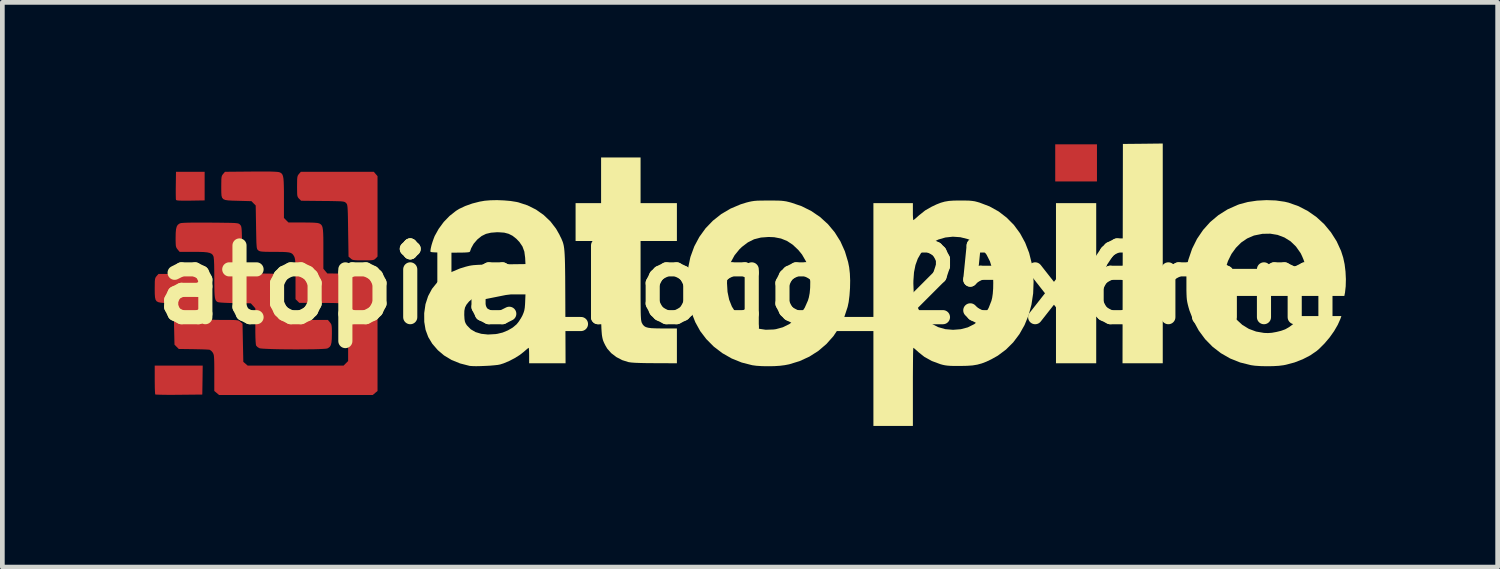
<source format=kicad_pcb>
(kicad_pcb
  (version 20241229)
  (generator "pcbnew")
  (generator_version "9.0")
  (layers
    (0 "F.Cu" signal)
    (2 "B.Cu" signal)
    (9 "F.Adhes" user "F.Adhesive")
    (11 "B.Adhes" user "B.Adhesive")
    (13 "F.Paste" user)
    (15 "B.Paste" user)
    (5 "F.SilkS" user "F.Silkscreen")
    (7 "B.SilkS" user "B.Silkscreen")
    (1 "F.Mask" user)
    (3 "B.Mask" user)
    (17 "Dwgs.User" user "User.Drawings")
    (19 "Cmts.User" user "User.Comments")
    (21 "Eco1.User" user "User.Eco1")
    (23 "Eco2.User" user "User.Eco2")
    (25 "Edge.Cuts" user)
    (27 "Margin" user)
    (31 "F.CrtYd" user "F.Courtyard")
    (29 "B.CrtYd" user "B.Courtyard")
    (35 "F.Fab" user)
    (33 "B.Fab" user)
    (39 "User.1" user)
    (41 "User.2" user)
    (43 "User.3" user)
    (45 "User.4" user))
  (footprint "atopile_Logo_25x6mm"
    (layer "F.Cu")
    (at 12.889 3.001)
    (property "Reference" "atopile_Logo_25x6mm" (at 0 0 0) (layer "F.SilkS") (effects (font (size 1.524 1.524) (thickness 0.3))))
    (attr board_only exclude_from_pos_files exclude_from_bom)
    (fp_poly (pts (xy 7.373 -2.589) (xy 7.373 -2.195) (xy 6.93 -2.195) (xy 6.486 -2.195) (xy 6.486 -2.589) (xy 6.486 -2.984) (xy 6.93 -2.984) (xy 7.373 -2.984)) (stroke (width 0) (type solid)) (fill yes) (layer "F.Cu"))
    (fp_poly (pts (xy -11.59 -2.096) (xy -11.59 -1.792) (xy -11.891 -1.787) (xy -12.002 -1.786) (xy -12.085 -1.787) (xy -12.142 -1.789) (xy -12.177 -1.793) (xy -12.196 -1.8) (xy -12.199 -1.805) (xy -12.202 -1.827) (xy -12.203 -1.877) (xy -12.204 -1.948) (xy -12.204 -2.035) (xy -12.203 -2.113) (xy -12.199 -2.4) (xy -11.894 -2.4) (xy -11.59 -2.4)) (stroke (width 0) (type solid)) (fill yes) (layer "F.Cu"))
    (fp_poly (pts (xy -11.635 2.026) (xy -11.64 2.334) (xy -12.134 2.339) (xy -12.258 2.34) (xy -12.372 2.34) (xy -12.471 2.339) (xy -12.55 2.337) (xy -12.607 2.335) (xy -12.636 2.333) (xy -12.639 2.332) (xy -12.643 2.313) (xy -12.646 2.266) (xy -12.649 2.197) (xy -12.65 2.112) (xy -12.651 2.019) (xy -12.651 1.718) (xy -12.141 1.718) (xy -11.631 1.718)) (stroke (width 0) (type solid)) (fill yes) (layer "F.Cu"))
    (fp_poly (pts (xy -7.956 -2.354) (xy -7.916 -2.308) (xy -7.916 -1.453) (xy -7.916 -0.599) (xy -7.956 -0.558) (xy -7.974 -0.542) (xy -7.993 -0.531) (xy -8.02 -0.524) (xy -8.061 -0.52) (xy -8.121 -0.518) (xy -8.208 -0.518) (xy -8.218 -0.518) (xy -8.308 -0.518) (xy -8.372 -0.52) (xy -8.415 -0.524) (xy -8.444 -0.53) (xy -8.466 -0.541) (xy -8.486 -0.558) (xy -8.486 -0.558) (xy -8.532 -0.597) (xy -8.541 -1.149) (xy -8.543 -1.298) (xy -8.545 -1.418) (xy -8.547 -1.512) (xy -8.55 -1.583) (xy -8.553 -1.636) (xy -8.557 -1.673) (xy -8.562 -1.699) (xy -8.568 -1.716) (xy -8.577 -1.728) (xy -8.586 -1.738) (xy -8.598 -1.749) (xy -8.612 -1.758) (xy -8.631 -1.764) (xy -8.659 -1.769) (xy -8.701 -1.773) (xy -8.76 -1.775) (xy -8.841 -1.777) (xy -8.946 -1.779) (xy -9.081 -1.78) (xy -9.082 -1.78) (xy -9.54 -1.785) (xy -9.583 -1.828) (xy -9.6 -1.846) (xy -9.612 -1.866) (xy -9.62 -1.892) (xy -9.624 -1.931) (xy -9.625 -1.99) (xy -9.626 -2.074) (xy -9.626 -2.089) (xy -9.625 -2.179) (xy -9.624 -2.241) (xy -9.62 -2.284) (xy -9.613 -2.313) (xy -9.601 -2.335) (xy -9.586 -2.354) (xy -9.546 -2.4) (xy -8.771 -2.4) (xy -7.995 -2.4)) (stroke (width 0) (type solid)) (fill yes) (layer "F.Cu"))
    (fp_poly (pts (xy -11.604 -1.321) (xy -11.471 -1.32) (xy -11.315 -1.319) (xy -11.19 -1.317) (xy -11.09 -1.316) (xy -11.013 -1.314) (xy -10.955 -1.312) (xy -10.914 -1.308) (xy -10.886 -1.304) (xy -10.866 -1.298) (xy -10.853 -1.291) (xy -10.843 -1.282) (xy -10.839 -1.278) (xy -10.828 -1.266) (xy -10.819 -1.252) (xy -10.812 -1.233) (xy -10.807 -1.204) (xy -10.803 -1.161) (xy -10.8 -1.101) (xy -10.798 -1.02) (xy -10.795 -0.914) (xy -10.793 -0.779) (xy -10.785 -0.318) (xy -10.739 -0.278) (xy -10.722 -0.264) (xy -10.704 -0.254) (xy -10.68 -0.247) (xy -10.646 -0.243) (xy -10.596 -0.24) (xy -10.526 -0.239) (xy -10.43 -0.238) (xy -10.375 -0.238) (xy -10.259 -0.237) (xy -10.158 -0.235) (xy -10.079 -0.23) (xy -10.025 -0.224) (xy -10.006 -0.22) (xy -9.976 -0.208) (xy -9.952 -0.191) (xy -9.935 -0.166) (xy -9.922 -0.128) (xy -9.914 -0.075) (xy -9.909 -0.001) (xy -9.906 0.096) (xy -9.905 0.221) (xy -9.905 0.263) (xy -9.904 0.398) (xy -9.902 0.508) (xy -9.898 0.591) (xy -9.893 0.646) (xy -9.887 0.668) (xy -9.871 0.692) (xy -9.849 0.71) (xy -9.816 0.724) (xy -9.769 0.734) (xy -9.704 0.741) (xy -9.618 0.745) (xy -9.506 0.747) (xy -9.365 0.748) (xy -9.365 0.748) (xy -8.971 0.748) (xy -8.928 0.799) (xy -8.91 0.822) (xy -8.898 0.845) (xy -8.891 0.876) (xy -8.887 0.92) (xy -8.886 0.986) (xy -8.886 1.046) (xy -8.888 1.151) (xy -8.895 1.229) (xy -8.909 1.284) (xy -8.931 1.32) (xy -8.963 1.344) (xy -8.986 1.355) (xy -9.019 1.36) (xy -9.079 1.364) (xy -9.163 1.368) (xy -9.266 1.371) (xy -9.384 1.372) (xy -9.513 1.373) (xy -9.648 1.374) (xy -9.785 1.373) (xy -9.919 1.372) (xy -10.047 1.37) (xy -10.163 1.367) (xy -10.263 1.363) (xy -10.344 1.359) (xy -10.4 1.354) (xy -10.426 1.349) (xy -10.467 1.324) (xy -10.495 1.294) (xy -10.496 1.293) (xy -10.502 1.264) (xy -10.507 1.204) (xy -10.511 1.116) (xy -10.513 1.002) (xy -10.513 0.881) (xy -10.513 0.502) (xy -10.561 0.448) (xy -10.609 0.395) (xy -10.944 0.39) (xy -11.061 0.388) (xy -11.16 0.384) (xy -11.239 0.379) (xy -11.292 0.373) (xy -11.313 0.368) (xy -11.334 0.355) (xy -11.35 0.337) (xy -11.363 0.31) (xy -11.372 0.272) (xy -11.378 0.217) (xy -11.382 0.142) (xy -11.384 0.043) (xy -11.385 -0.083) (xy -11.385 -0.148) (xy -11.386 -0.305) (xy -11.388 -0.43) (xy -11.392 -0.522) (xy -11.398 -0.582) (xy -11.404 -0.607) (xy -11.421 -0.637) (xy -11.447 -0.66) (xy -11.484 -0.676) (xy -11.538 -0.688) (xy -11.612 -0.695) (xy -11.711 -0.698) (xy -11.826 -0.699) (xy -12.122 -0.699) (xy -12.164 -0.749) (xy -12.182 -0.773) (xy -12.194 -0.796) (xy -12.202 -0.826) (xy -12.205 -0.871) (xy -12.207 -0.937) (xy -12.207 -0.997) (xy -12.205 -1.102) (xy -12.198 -1.179) (xy -12.184 -1.234) (xy -12.163 -1.271) (xy -12.131 -1.296) (xy -12.112 -1.305) (xy -12.087 -1.311) (xy -12.041 -1.315) (xy -11.972 -1.318) (xy -11.877 -1.32) (xy -11.755 -1.321)) (stroke (width 0) (type solid)) (fill yes) (layer "F.Cu"))
    (fp_poly (pts (xy -10.295 -2.406) (xy -10.186 -2.405) (xy -10.103 -2.402) (xy -10.045 -2.398) (xy -10.009 -2.393) (xy -10 -2.39) (xy -9.973 -2.378) (xy -9.952 -2.361) (xy -9.936 -2.338) (xy -9.924 -2.303) (xy -9.915 -2.254) (xy -9.91 -2.187) (xy -9.907 -2.098) (xy -9.905 -1.983) (xy -9.905 -1.849) (xy -9.905 -1.42) (xy -9.857 -1.371) (xy -9.809 -1.323) (xy -9.504 -1.323) (xy -9.371 -1.322) (xy -9.268 -1.319) (xy -9.197 -1.313) (xy -9.158 -1.304) (xy -9.157 -1.304) (xy -9.131 -1.29) (xy -9.111 -1.273) (xy -9.095 -1.249) (xy -9.084 -1.214) (xy -9.076 -1.164) (xy -9.071 -1.095) (xy -9.068 -1.004) (xy -9.067 -0.888) (xy -9.067 -0.767) (xy -9.067 -0.34) (xy -9.025 -0.29) (xy -8.983 -0.24) (xy -8.489 -0.235) (xy -7.995 -0.23) (xy -7.956 -0.184) (xy -7.916 -0.138) (xy -7.916 1.06) (xy -7.916 2.258) (xy -7.967 2.3) (xy -8.017 2.343) (xy -9.65 2.343) (xy -11.284 2.343) (xy -11.334 2.3) (xy -11.385 2.258) (xy -11.385 1.877) (xy -11.385 1.754) (xy -11.386 1.659) (xy -11.388 1.589) (xy -11.391 1.537) (xy -11.395 1.501) (xy -11.402 1.475) (xy -11.411 1.454) (xy -11.417 1.443) (xy -11.448 1.406) (xy -11.482 1.383) (xy -11.487 1.382) (xy -11.515 1.379) (xy -11.57 1.376) (xy -11.646 1.373) (xy -11.737 1.371) (xy -11.832 1.369) (xy -12.14 1.365) (xy -12.186 1.319) (xy -12.231 1.273) (xy -12.24 0.871) (xy -12.242 0.735) (xy -12.246 0.628) (xy -12.251 0.547) (xy -12.26 0.487) (xy -12.274 0.446) (xy -12.296 0.419) (xy -12.326 0.403) (xy -12.366 0.395) (xy -12.417 0.39) (xy -12.454 0.387) (xy -12.525 0.381) (xy -12.576 0.37) (xy -12.611 0.351) (xy -12.633 0.318) (xy -12.645 0.267) (xy -12.65 0.193) (xy -12.651 0.091) (xy -12.651 0.081) (xy -12.65 -0.008) (xy -12.649 -0.071) (xy -12.645 -0.114) (xy -12.638 -0.143) (xy -12.627 -0.164) (xy -12.611 -0.184) (xy -12.571 -0.23) (xy -12.144 -0.23) (xy -11.716 -0.23) (xy -11.674 -0.19) (xy -11.631 -0.15) (xy -11.631 0.221) (xy -11.631 0.344) (xy -11.63 0.439) (xy -11.628 0.511) (xy -11.624 0.563) (xy -11.619 0.601) (xy -11.611 0.628) (xy -11.603 0.649) (xy -11.584 0.681) (xy -11.563 0.705) (xy -11.535 0.723) (xy -11.494 0.735) (xy -11.437 0.742) (xy -11.358 0.746) (xy -11.254 0.748) (xy -11.184 0.748) (xy -11.077 0.748) (xy -10.997 0.749) (xy -10.939 0.751) (xy -10.9 0.755) (xy -10.873 0.761) (xy -10.854 0.77) (xy -10.837 0.783) (xy -10.831 0.788) (xy -10.785 0.827) (xy -10.777 1.233) (xy -10.768 1.639) (xy -10.722 1.678) (xy -10.676 1.718) (xy -9.656 1.718) (xy -8.637 1.718) (xy -8.589 1.67) (xy -8.541 1.622) (xy -8.541 1.061) (xy -8.541 0.896) (xy -8.543 0.756) (xy -8.545 0.641) (xy -8.548 0.553) (xy -8.552 0.495) (xy -8.557 0.468) (xy -8.558 0.468) (xy -8.572 0.445) (xy -8.59 0.427) (xy -8.616 0.413) (xy -8.653 0.403) (xy -8.706 0.395) (xy -8.776 0.391) (xy -8.869 0.388) (xy -8.988 0.387) (xy -9.124 0.386) (xy -9.578 0.386) (xy -9.618 0.346) (xy -9.659 0.306) (xy -9.659 -0.118) (xy -9.659 -0.251) (xy -9.66 -0.354) (xy -9.661 -0.433) (xy -9.664 -0.492) (xy -9.669 -0.535) (xy -9.675 -0.566) (xy -9.682 -0.589) (xy -9.687 -0.6) (xy -9.706 -0.632) (xy -9.727 -0.656) (xy -9.755 -0.674) (xy -9.796 -0.686) (xy -9.854 -0.693) (xy -9.932 -0.697) (xy -10.037 -0.698) (xy -10.105 -0.698) (xy -10.214 -0.699) (xy -10.295 -0.7) (xy -10.353 -0.703) (xy -10.393 -0.707) (xy -10.42 -0.713) (xy -10.439 -0.722) (xy -10.45 -0.73) (xy -10.461 -0.74) (xy -10.47 -0.751) (xy -10.477 -0.768) (xy -10.483 -0.795) (xy -10.486 -0.834) (xy -10.49 -0.89) (xy -10.492 -0.967) (xy -10.494 -1.069) (xy -10.497 -1.199) (xy -10.497 -1.223) (xy -10.505 -1.684) (xy -10.551 -1.73) (xy -10.596 -1.776) (xy -10.885 -1.784) (xy -11.001 -1.787) (xy -11.088 -1.792) (xy -11.151 -1.801) (xy -11.193 -1.819) (xy -11.219 -1.849) (xy -11.232 -1.894) (xy -11.236 -1.959) (xy -11.237 -2.046) (xy -11.237 -2.089) (xy -11.236 -2.178) (xy -11.235 -2.241) (xy -11.231 -2.284) (xy -11.224 -2.313) (xy -11.213 -2.334) (xy -11.197 -2.354) (xy -11.158 -2.4) (xy -10.602 -2.405) (xy -10.433 -2.406)) (stroke (width 0) (type solid)) (fill yes) (layer "F.Cu"))
    (fp_poly (pts (xy 7.373 -2.589) (xy 7.373 -2.195) (xy 6.93 -2.195) (xy 6.486 -2.195) (xy 6.486 -2.589) (xy 6.486 -2.984) (xy 6.93 -2.984) (xy 7.373 -2.984)) (stroke (width 0) (type solid)) (fill yes) (layer "F.Mask"))
    (fp_poly (pts (xy -11.59 -2.096) (xy -11.59 -1.792) (xy -11.891 -1.787) (xy -12.002 -1.786) (xy -12.085 -1.787) (xy -12.142 -1.789) (xy -12.177 -1.793) (xy -12.196 -1.8) (xy -12.199 -1.805) (xy -12.202 -1.827) (xy -12.203 -1.877) (xy -12.204 -1.948) (xy -12.204 -2.035) (xy -12.203 -2.113) (xy -12.199 -2.4) (xy -11.894 -2.4) (xy -11.59 -2.4)) (stroke (width 0) (type solid)) (fill yes) (layer "F.Mask"))
    (fp_poly (pts (xy -11.635 2.026) (xy -11.64 2.334) (xy -12.134 2.339) (xy -12.258 2.34) (xy -12.372 2.34) (xy -12.471 2.339) (xy -12.55 2.337) (xy -12.607 2.335) (xy -12.636 2.333) (xy -12.639 2.332) (xy -12.643 2.313) (xy -12.646 2.266) (xy -12.649 2.197) (xy -12.65 2.112) (xy -12.651 2.019) (xy -12.651 1.718) (xy -12.141 1.718) (xy -11.631 1.718)) (stroke (width 0) (type solid)) (fill yes) (layer "F.Mask"))
    (fp_poly (pts (xy -7.956 -2.354) (xy -7.916 -2.308) (xy -7.916 -1.453) (xy -7.916 -0.599) (xy -7.956 -0.558) (xy -7.974 -0.542) (xy -7.993 -0.531) (xy -8.02 -0.524) (xy -8.061 -0.52) (xy -8.121 -0.518) (xy -8.208 -0.518) (xy -8.218 -0.518) (xy -8.308 -0.518) (xy -8.372 -0.52) (xy -8.415 -0.524) (xy -8.444 -0.53) (xy -8.466 -0.541) (xy -8.486 -0.558) (xy -8.486 -0.558) (xy -8.532 -0.597) (xy -8.541 -1.149) (xy -8.543 -1.298) (xy -8.545 -1.418) (xy -8.547 -1.512) (xy -8.55 -1.583) (xy -8.553 -1.636) (xy -8.557 -1.673) (xy -8.562 -1.699) (xy -8.568 -1.716) (xy -8.577 -1.728) (xy -8.586 -1.738) (xy -8.598 -1.749) (xy -8.612 -1.758) (xy -8.631 -1.764) (xy -8.659 -1.769) (xy -8.701 -1.773) (xy -8.76 -1.775) (xy -8.841 -1.777) (xy -8.946 -1.779) (xy -9.081 -1.78) (xy -9.082 -1.78) (xy -9.54 -1.785) (xy -9.583 -1.828) (xy -9.6 -1.846) (xy -9.612 -1.866) (xy -9.62 -1.892) (xy -9.624 -1.931) (xy -9.625 -1.99) (xy -9.626 -2.074) (xy -9.626 -2.089) (xy -9.625 -2.179) (xy -9.624 -2.241) (xy -9.62 -2.284) (xy -9.613 -2.313) (xy -9.601 -2.335) (xy -9.586 -2.354) (xy -9.546 -2.4) (xy -8.771 -2.4) (xy -7.995 -2.4)) (stroke (width 0) (type solid)) (fill yes) (layer "F.Mask"))
    (fp_poly (pts (xy -11.604 -1.321) (xy -11.471 -1.32) (xy -11.315 -1.319) (xy -11.19 -1.317) (xy -11.09 -1.316) (xy -11.013 -1.314) (xy -10.955 -1.312) (xy -10.914 -1.308) (xy -10.886 -1.304) (xy -10.866 -1.298) (xy -10.853 -1.291) (xy -10.843 -1.282) (xy -10.839 -1.278) (xy -10.828 -1.266) (xy -10.819 -1.252) (xy -10.812 -1.233) (xy -10.807 -1.204) (xy -10.803 -1.161) (xy -10.8 -1.101) (xy -10.798 -1.02) (xy -10.795 -0.914) (xy -10.793 -0.779) (xy -10.785 -0.318) (xy -10.739 -0.278) (xy -10.722 -0.264) (xy -10.704 -0.254) (xy -10.68 -0.247) (xy -10.646 -0.243) (xy -10.596 -0.24) (xy -10.526 -0.239) (xy -10.43 -0.238) (xy -10.375 -0.238) (xy -10.259 -0.237) (xy -10.158 -0.235) (xy -10.079 -0.23) (xy -10.025 -0.224) (xy -10.006 -0.22) (xy -9.976 -0.208) (xy -9.952 -0.191) (xy -9.935 -0.166) (xy -9.922 -0.128) (xy -9.914 -0.075) (xy -9.909 -0.001) (xy -9.906 0.096) (xy -9.905 0.221) (xy -9.905 0.263) (xy -9.904 0.398) (xy -9.902 0.508) (xy -9.898 0.591) (xy -9.893 0.646) (xy -9.887 0.668) (xy -9.871 0.692) (xy -9.849 0.71) (xy -9.816 0.724) (xy -9.769 0.734) (xy -9.704 0.741) (xy -9.618 0.745) (xy -9.506 0.747) (xy -9.365 0.748) (xy -9.365 0.748) (xy -8.971 0.748) (xy -8.928 0.799) (xy -8.91 0.822) (xy -8.898 0.845) (xy -8.891 0.876) (xy -8.887 0.92) (xy -8.886 0.986) (xy -8.886 1.046) (xy -8.888 1.151) (xy -8.895 1.229) (xy -8.909 1.284) (xy -8.931 1.32) (xy -8.963 1.344) (xy -8.986 1.355) (xy -9.019 1.36) (xy -9.079 1.364) (xy -9.163 1.368) (xy -9.266 1.371) (xy -9.384 1.372) (xy -9.513 1.373) (xy -9.648 1.374) (xy -9.785 1.373) (xy -9.919 1.372) (xy -10.047 1.37) (xy -10.163 1.367) (xy -10.263 1.363) (xy -10.344 1.359) (xy -10.4 1.354) (xy -10.426 1.349) (xy -10.467 1.324) (xy -10.495 1.294) (xy -10.496 1.293) (xy -10.502 1.264) (xy -10.507 1.204) (xy -10.511 1.116) (xy -10.513 1.002) (xy -10.513 0.881) (xy -10.513 0.502) (xy -10.561 0.448) (xy -10.609 0.395) (xy -10.944 0.39) (xy -11.061 0.388) (xy -11.16 0.384) (xy -11.239 0.379) (xy -11.292 0.373) (xy -11.313 0.368) (xy -11.334 0.355) (xy -11.35 0.337) (xy -11.363 0.31) (xy -11.372 0.272) (xy -11.378 0.217) (xy -11.382 0.142) (xy -11.384 0.043) (xy -11.385 -0.083) (xy -11.385 -0.148) (xy -11.386 -0.305) (xy -11.388 -0.43) (xy -11.392 -0.522) (xy -11.398 -0.582) (xy -11.404 -0.607) (xy -11.421 -0.637) (xy -11.447 -0.66) (xy -11.484 -0.676) (xy -11.538 -0.688) (xy -11.612 -0.695) (xy -11.711 -0.698) (xy -11.826 -0.699) (xy -12.122 -0.699) (xy -12.164 -0.749) (xy -12.182 -0.773) (xy -12.194 -0.796) (xy -12.202 -0.826) (xy -12.205 -0.871) (xy -12.207 -0.937) (xy -12.207 -0.997) (xy -12.205 -1.102) (xy -12.198 -1.179) (xy -12.184 -1.234) (xy -12.163 -1.271) (xy -12.131 -1.296) (xy -12.112 -1.305) (xy -12.087 -1.311) (xy -12.041 -1.315) (xy -11.972 -1.318) (xy -11.877 -1.32) (xy -11.755 -1.321)) (stroke (width 0) (type solid)) (fill yes) (layer "F.Mask"))
    (fp_poly (pts (xy -10.295 -2.406) (xy -10.186 -2.405) (xy -10.103 -2.402) (xy -10.045 -2.398) (xy -10.009 -2.393) (xy -10 -2.39) (xy -9.973 -2.378) (xy -9.952 -2.361) (xy -9.936 -2.338) (xy -9.924 -2.303) (xy -9.915 -2.254) (xy -9.91 -2.187) (xy -9.907 -2.098) (xy -9.905 -1.983) (xy -9.905 -1.849) (xy -9.905 -1.42) (xy -9.857 -1.371) (xy -9.809 -1.323) (xy -9.504 -1.323) (xy -9.371 -1.322) (xy -9.268 -1.319) (xy -9.197 -1.313) (xy -9.158 -1.304) (xy -9.157 -1.304) (xy -9.131 -1.29) (xy -9.111 -1.273) (xy -9.095 -1.249) (xy -9.084 -1.214) (xy -9.076 -1.164) (xy -9.071 -1.095) (xy -9.068 -1.004) (xy -9.067 -0.888) (xy -9.067 -0.767) (xy -9.067 -0.34) (xy -9.025 -0.29) (xy -8.983 -0.24) (xy -8.489 -0.235) (xy -7.995 -0.23) (xy -7.956 -0.184) (xy -7.916 -0.138) (xy -7.916 1.06) (xy -7.916 2.258) (xy -7.967 2.3) (xy -8.017 2.343) (xy -9.65 2.343) (xy -11.284 2.343) (xy -11.334 2.3) (xy -11.385 2.258) (xy -11.385 1.877) (xy -11.385 1.754) (xy -11.386 1.659) (xy -11.388 1.589) (xy -11.391 1.537) (xy -11.395 1.501) (xy -11.402 1.475) (xy -11.411 1.454) (xy -11.417 1.443) (xy -11.448 1.406) (xy -11.482 1.383) (xy -11.487 1.382) (xy -11.515 1.379) (xy -11.57 1.376) (xy -11.646 1.373) (xy -11.737 1.371) (xy -11.832 1.369) (xy -12.14 1.365) (xy -12.186 1.319) (xy -12.231 1.273) (xy -12.24 0.871) (xy -12.242 0.735) (xy -12.246 0.628) (xy -12.251 0.547) (xy -12.26 0.487) (xy -12.274 0.446) (xy -12.296 0.419) (xy -12.326 0.403) (xy -12.366 0.395) (xy -12.417 0.39) (xy -12.454 0.387) (xy -12.525 0.381) (xy -12.576 0.37) (xy -12.611 0.351) (xy -12.633 0.318) (xy -12.645 0.267) (xy -12.65 0.193) (xy -12.651 0.091) (xy -12.651 0.081) (xy -12.65 -0.008) (xy -12.649 -0.071) (xy -12.645 -0.114) (xy -12.638 -0.143) (xy -12.627 -0.164) (xy -12.611 -0.184) (xy -12.571 -0.23) (xy -12.144 -0.23) (xy -11.716 -0.23) (xy -11.674 -0.19) (xy -11.631 -0.15) (xy -11.631 0.221) (xy -11.631 0.344) (xy -11.63 0.439) (xy -11.628 0.511) (xy -11.624 0.563) (xy -11.619 0.601) (xy -11.611 0.628) (xy -11.603 0.649) (xy -11.584 0.681) (xy -11.563 0.705) (xy -11.535 0.723) (xy -11.494 0.735) (xy -11.437 0.742) (xy -11.358 0.746) (xy -11.254 0.748) (xy -11.184 0.748) (xy -11.077 0.748) (xy -10.997 0.749) (xy -10.939 0.751) (xy -10.9 0.755) (xy -10.873 0.761) (xy -10.854 0.77) (xy -10.837 0.783) (xy -10.831 0.788) (xy -10.785 0.827) (xy -10.777 1.233) (xy -10.768 1.639) (xy -10.722 1.678) (xy -10.676 1.718) (xy -9.656 1.718) (xy -8.637 1.718) (xy -8.589 1.67) (xy -8.541 1.622) (xy -8.541 1.061) (xy -8.541 0.896) (xy -8.543 0.756) (xy -8.545 0.641) (xy -8.548 0.553) (xy -8.552 0.495) (xy -8.557 0.468) (xy -8.558 0.468) (xy -8.572 0.445) (xy -8.59 0.427) (xy -8.616 0.413) (xy -8.653 0.403) (xy -8.706 0.395) (xy -8.776 0.391) (xy -8.869 0.388) (xy -8.988 0.387) (xy -9.124 0.386) (xy -9.578 0.386) (xy -9.618 0.346) (xy -9.659 0.306) (xy -9.659 -0.118) (xy -9.659 -0.251) (xy -9.66 -0.354) (xy -9.661 -0.433) (xy -9.664 -0.492) (xy -9.669 -0.535) (xy -9.675 -0.566) (xy -9.682 -0.589) (xy -9.687 -0.6) (xy -9.706 -0.632) (xy -9.727 -0.656) (xy -9.755 -0.674) (xy -9.796 -0.686) (xy -9.854 -0.693) (xy -9.932 -0.697) (xy -10.037 -0.698) (xy -10.105 -0.698) (xy -10.214 -0.699) (xy -10.295 -0.7) (xy -10.353 -0.703) (xy -10.393 -0.707) (xy -10.42 -0.713) (xy -10.439 -0.722) (xy -10.45 -0.73) (xy -10.461 -0.74) (xy -10.47 -0.751) (xy -10.477 -0.768) (xy -10.483 -0.795) (xy -10.486 -0.834) (xy -10.49 -0.89) (xy -10.492 -0.967) (xy -10.494 -1.069) (xy -10.497 -1.199) (xy -10.497 -1.223) (xy -10.505 -1.684) (xy -10.551 -1.73) (xy -10.596 -1.776) (xy -10.885 -1.784) (xy -11.001 -1.787) (xy -11.088 -1.792) (xy -11.151 -1.801) (xy -11.193 -1.819) (xy -11.219 -1.849) (xy -11.232 -1.894) (xy -11.236 -1.959) (xy -11.237 -2.046) (xy -11.237 -2.089) (xy -11.236 -2.178) (xy -11.235 -2.241) (xy -11.231 -2.284) (xy -11.224 -2.313) (xy -11.213 -2.334) (xy -11.197 -2.354) (xy -11.158 -2.4) (xy -10.602 -2.405) (xy -10.433 -2.406)) (stroke (width 0) (type solid)) (fill yes) (layer "F.Mask"))
    (fp_poly (pts (xy 7.357 -0.033) (xy 7.357 1.669) (xy 6.93 1.669) (xy 6.502 1.669) (xy 6.502 -0.033) (xy 6.502 -1.734) (xy 6.93 -1.734) (xy 7.357 -1.734)) (stroke (width 0) (type solid)) (fill yes) (layer "F.SilkS"))
    (fp_poly (pts (xy 8.771 -0.666) (xy 8.771 1.669) (xy 8.343 1.669) (xy 7.916 1.669) (xy 7.92 -0.662) (xy 7.924 -2.992) (xy 8.347 -2.996) (xy 8.771 -3.001)) (stroke (width 0) (type solid)) (fill yes) (layer "F.SilkS"))
    (fp_poly (pts (xy -2.326 -2.219) (xy -2.326 -1.734) (xy -1.94 -1.734) (xy -1.554 -1.734) (xy -1.554 -1.332) (xy -1.554 -0.929) (xy -1.94 -0.929) (xy -2.326 -0.929) (xy -2.326 -0.086) (xy -2.326 0.103) (xy -2.326 0.263) (xy -2.325 0.395) (xy -2.324 0.503) (xy -2.323 0.589) (xy -2.321 0.656) (xy -2.318 0.708) (xy -2.315 0.746) (xy -2.31 0.774) (xy -2.305 0.795) (xy -2.299 0.811) (xy -2.297 0.814) (xy -2.276 0.851) (xy -2.249 0.879) (xy -2.214 0.9) (xy -2.165 0.914) (xy -2.098 0.923) (xy -2.008 0.927) (xy -1.891 0.929) (xy -1.854 0.929) (xy -1.554 0.929) (xy -1.554 1.299) (xy -1.554 1.669) (xy -2.018 1.667) (xy -2.189 1.666) (xy -2.329 1.663) (xy -2.439 1.659) (xy -2.521 1.653) (xy -2.577 1.645) (xy -2.583 1.644) (xy -2.717 1.602) (xy -2.841 1.537) (xy -2.949 1.454) (xy -3.034 1.358) (xy -3.071 1.296) (xy -3.09 1.259) (xy -3.106 1.225) (xy -3.12 1.192) (xy -3.131 1.156) (xy -3.14 1.115) (xy -3.148 1.066) (xy -3.153 1.007) (xy -3.158 0.934) (xy -3.161 0.846) (xy -3.163 0.738) (xy -3.164 0.608) (xy -3.164 0.455) (xy -3.165 0.273) (xy -3.165 0.062) (xy -3.165 0.055) (xy -3.165 -0.929) (xy -3.436 -0.929) (xy -3.707 -0.929) (xy -3.707 -1.332) (xy -3.707 -1.734) (xy -3.436 -1.734) (xy -3.165 -1.734) (xy -3.165 -2.219) (xy -3.165 -2.704) (xy -2.746 -2.704) (xy -2.326 -2.704)) (stroke (width 0) (type solid)) (fill yes) (layer "F.SilkS"))
    (fp_poly (pts (xy 0.507 -1.789) (xy 0.594 -1.788) (xy 0.662 -1.785) (xy 0.719 -1.779) (xy 0.771 -1.771) (xy 0.825 -1.758) (xy 0.871 -1.746) (xy 1.095 -1.67) (xy 1.301 -1.567) (xy 1.489 -1.439) (xy 1.656 -1.287) (xy 1.8 -1.114) (xy 1.921 -0.921) (xy 2.016 -0.71) (xy 2.084 -0.484) (xy 2.107 -0.37) (xy 2.122 -0.238) (xy 2.128 -0.088) (xy 2.125 0.07) (xy 2.114 0.226) (xy 2.096 0.369) (xy 2.074 0.472) (xy 2 0.697) (xy 1.898 0.904) (xy 1.772 1.093) (xy 1.622 1.261) (xy 1.451 1.407) (xy 1.261 1.528) (xy 1.054 1.623) (xy 0.832 1.691) (xy 0.739 1.709) (xy 0.637 1.722) (xy 0.515 1.73) (xy 0.383 1.732) (xy 0.253 1.73) (xy 0.134 1.722) (xy 0.046 1.71) (xy -0.177 1.653) (xy -0.39 1.567) (xy -0.588 1.454) (xy -0.769 1.316) (xy -0.929 1.155) (xy -1.058 0.986) (xy -1.163 0.796) (xy -1.245 0.588) (xy -1.302 0.366) (xy -1.334 0.135) (xy -1.338 -0.033) (xy -0.489 -0.033) (xy -0.478 0.152) (xy -0.444 0.316) (xy -0.386 0.463) (xy -0.301 0.597) (xy -0.236 0.674) (xy -0.107 0.792) (xy 0.029 0.878) (xy 0.176 0.933) (xy 0.333 0.957) (xy 0.502 0.951) (xy 0.551 0.944) (xy 0.698 0.904) (xy 0.837 0.835) (xy 0.963 0.741) (xy 1.073 0.624) (xy 1.163 0.488) (xy 1.23 0.337) (xy 1.25 0.271) (xy 1.268 0.177) (xy 1.278 0.064) (xy 1.28 -0.059) (xy 1.274 -0.178) (xy 1.261 -0.282) (xy 1.252 -0.321) (xy 1.192 -0.491) (xy 1.105 -0.642) (xy 1.025 -0.74) (xy 0.908 -0.85) (xy 0.787 -0.93) (xy 0.658 -0.982) (xy 0.513 -1.01) (xy 0.395 -1.015) (xy 0.232 -1.003) (xy 0.086 -0.966) (xy -0.046 -0.9) (xy -0.171 -0.805) (xy -0.225 -0.753) (xy -0.329 -0.625) (xy -0.407 -0.482) (xy -0.459 -0.322) (xy -0.485 -0.143) (xy -0.489 -0.033) (xy -1.338 -0.033) (xy -1.34 -0.101) (xy -1.319 -0.336) (xy -1.272 -0.567) (xy -1.263 -0.6) (xy -1.184 -0.816) (xy -1.077 -1.016) (xy -0.945 -1.199) (xy -0.789 -1.361) (xy -0.611 -1.502) (xy -0.414 -1.618) (xy -0.199 -1.709) (xy -0.076 -1.747) (xy -0.017 -1.762) (xy 0.036 -1.773) (xy 0.09 -1.781) (xy 0.15 -1.786) (xy 0.225 -1.788) (xy 0.322 -1.789) (xy 0.395 -1.79)) (stroke (width 0) (type solid)) (fill yes) (layer "F.SilkS"))
    (fp_poly (pts (xy 4.48 -1.79) (xy 4.583 -1.789) (xy 4.661 -1.787) (xy 4.723 -1.781) (xy 4.777 -1.773) (xy 4.831 -1.759) (xy 4.879 -1.745) (xy 5.089 -1.665) (xy 5.282 -1.558) (xy 5.455 -1.425) (xy 5.608 -1.27) (xy 5.739 -1.092) (xy 5.847 -0.894) (xy 5.931 -0.678) (xy 5.989 -0.446) (xy 6.008 -0.321) (xy 6.026 -0.064) (xy 6.017 0.184) (xy 5.981 0.422) (xy 5.92 0.647) (xy 5.834 0.857) (xy 5.725 1.05) (xy 5.593 1.225) (xy 5.439 1.378) (xy 5.265 1.508) (xy 5.129 1.584) (xy 5.022 1.635) (xy 4.925 1.672) (xy 4.83 1.698) (xy 4.727 1.715) (xy 4.61 1.723) (xy 4.469 1.726) (xy 4.455 1.726) (xy 4.346 1.726) (xy 4.263 1.724) (xy 4.197 1.719) (xy 4.143 1.712) (xy 4.092 1.701) (xy 4.048 1.689) (xy 3.864 1.621) (xy 3.704 1.532) (xy 3.587 1.439) (xy 3.538 1.395) (xy 3.499 1.361) (xy 3.475 1.342) (xy 3.471 1.34) (xy 3.469 1.356) (xy 3.467 1.401) (xy 3.465 1.474) (xy 3.464 1.57) (xy 3.463 1.686) (xy 3.462 1.82) (xy 3.461 1.968) (xy 3.461 2.128) (xy 3.461 2.17) (xy 3.461 3) (xy 3.041 3) (xy 2.622 3) (xy 2.622 0.633) (xy 2.622 -0.025) (xy 3.471 -0.025) (xy 3.478 0.155) (xy 3.502 0.31) (xy 3.543 0.445) (xy 3.605 0.565) (xy 3.687 0.676) (xy 3.733 0.725) (xy 3.857 0.827) (xy 3.996 0.9) (xy 4.149 0.944) (xy 4.315 0.958) (xy 4.48 0.945) (xy 4.628 0.906) (xy 4.764 0.838) (xy 4.885 0.744) (xy 4.989 0.629) (xy 5.071 0.493) (xy 5.13 0.342) (xy 5.146 0.278) (xy 5.159 0.189) (xy 5.167 0.08) (xy 5.169 -0.04) (xy 5.166 -0.159) (xy 5.158 -0.267) (xy 5.146 -0.341) (xy 5.099 -0.496) (xy 5.027 -0.638) (xy 4.933 -0.762) (xy 4.821 -0.865) (xy 4.694 -0.943) (xy 4.628 -0.97) (xy 4.47 -1.01) (xy 4.31 -1.021) (xy 4.152 -1.004) (xy 4.001 -0.96) (xy 3.862 -0.89) (xy 3.741 -0.796) (xy 3.725 -0.781) (xy 3.634 -0.673) (xy 3.565 -0.554) (xy 3.516 -0.419) (xy 3.485 -0.265) (xy 3.472 -0.087) (xy 3.471 -0.025) (xy 2.622 -0.025) (xy 2.622 -1.734) (xy 3.041 -1.734) (xy 3.461 -1.734) (xy 3.461 -1.554) (xy 3.461 -1.481) (xy 3.464 -1.422) (xy 3.467 -1.384) (xy 3.471 -1.373) (xy 3.486 -1.383) (xy 3.52 -1.411) (xy 3.566 -1.452) (xy 3.595 -1.478) (xy 3.723 -1.58) (xy 3.86 -1.658) (xy 3.963 -1.707) (xy 4.052 -1.742) (xy 4.137 -1.766) (xy 4.226 -1.781) (xy 4.327 -1.788) (xy 4.451 -1.79)) (stroke (width 0) (type solid)) (fill yes) (layer "F.SilkS"))
    (fp_poly (pts (xy 11.174 -1.791) (xy 11.362 -1.764) (xy 11.446 -1.744) (xy 11.657 -1.669) (xy 11.855 -1.566) (xy 12.038 -1.438) (xy 12.203 -1.286) (xy 12.346 -1.113) (xy 12.466 -0.924) (xy 12.56 -0.719) (xy 12.606 -0.575) (xy 12.636 -0.435) (xy 12.655 -0.279) (xy 12.663 -0.119) (xy 12.659 0.035) (xy 12.644 0.17) (xy 12.64 0.187) (xy 12.63 0.238) (xy 11.366 0.238) (xy 10.102 0.238) (xy 10.112 0.284) (xy 10.165 0.458) (xy 10.243 0.612) (xy 10.343 0.744) (xy 10.463 0.854) (xy 10.601 0.938) (xy 10.755 0.995) (xy 10.923 1.024) (xy 11.007 1.027) (xy 11.091 1.021) (xy 11.189 1.003) (xy 11.286 0.979) (xy 11.367 0.95) (xy 11.38 0.944) (xy 11.457 0.9) (xy 11.534 0.843) (xy 11.601 0.783) (xy 11.649 0.727) (xy 11.652 0.723) (xy 11.689 0.666) (xy 12.128 0.666) (xy 12.567 0.666) (xy 12.545 0.729) (xy 12.489 0.854) (xy 12.411 0.988) (xy 12.315 1.123) (xy 12.207 1.25) (xy 12.094 1.363) (xy 12.044 1.406) (xy 11.906 1.501) (xy 11.745 1.584) (xy 11.57 1.652) (xy 11.39 1.7) (xy 11.34 1.71) (xy 11.238 1.723) (xy 11.115 1.73) (xy 10.981 1.732) (xy 10.85 1.729) (xy 10.73 1.721) (xy 10.645 1.709) (xy 10.416 1.652) (xy 10.203 1.567) (xy 10.006 1.454) (xy 9.829 1.317) (xy 9.671 1.156) (xy 9.536 0.973) (xy 9.425 0.77) (xy 9.339 0.548) (xy 9.318 0.477) (xy 9.303 0.419) (xy 9.292 0.369) (xy 9.284 0.321) (xy 9.279 0.267) (xy 9.276 0.201) (xy 9.274 0.117) (xy 9.274 0.009) (xy 9.274 -0.033) (xy 9.274 -0.151) (xy 9.276 -0.243) (xy 9.278 -0.314) (xy 9.28 -0.337) (xy 10.104 -0.337) (xy 10.958 -0.337) (xy 11.151 -0.337) (xy 11.314 -0.338) (xy 11.448 -0.338) (xy 11.557 -0.339) (xy 11.643 -0.341) (xy 11.708 -0.343) (xy 11.755 -0.346) (xy 11.786 -0.349) (xy 11.805 -0.353) (xy 11.812 -0.358) (xy 11.812 -0.36) (xy 11.806 -0.4) (xy 11.788 -0.46) (xy 11.764 -0.53) (xy 11.735 -0.6) (xy 11.707 -0.66) (xy 11.698 -0.676) (xy 11.602 -0.812) (xy 11.488 -0.922) (xy 11.357 -1.004) (xy 11.212 -1.059) (xy 11.056 -1.085) (xy 10.891 -1.082) (xy 10.72 -1.048) (xy 10.7 -1.042) (xy 10.564 -0.983) (xy 10.438 -0.897) (xy 10.326 -0.785) (xy 10.231 -0.654) (xy 10.158 -0.506) (xy 10.13 -0.423) (xy 10.104 -0.337) (xy 9.28 -0.337) (xy 9.283 -0.372) (xy 9.29 -0.422) (xy 9.3 -0.471) (xy 9.314 -0.526) (xy 9.318 -0.539) (xy 9.395 -0.765) (xy 9.499 -0.974) (xy 9.628 -1.164) (xy 9.78 -1.333) (xy 9.954 -1.479) (xy 10.148 -1.601) (xy 10.361 -1.696) (xy 10.402 -1.711) (xy 10.579 -1.758) (xy 10.773 -1.787) (xy 10.975 -1.798)) (stroke (width 0) (type solid)) (fill yes) (layer "F.SilkS"))
    (fp_poly (pts (xy -5.229 -1.792) (xy -5.089 -1.78) (xy -4.965 -1.76) (xy -4.924 -1.751) (xy -4.729 -1.687) (xy -4.548 -1.597) (xy -4.385 -1.482) (xy -4.242 -1.346) (xy -4.122 -1.19) (xy -4.053 -1.069) (xy -4.031 -1.023) (xy -4.011 -0.984) (xy -3.995 -0.946) (xy -3.98 -0.909) (xy -3.968 -0.87) (xy -3.958 -0.826) (xy -3.95 -0.774) (xy -3.944 -0.713) (xy -3.939 -0.639) (xy -3.935 -0.55) (xy -3.932 -0.444) (xy -3.93 -0.318) (xy -3.928 -0.169) (xy -3.927 0.005) (xy -3.926 0.206) (xy -3.925 0.438) (xy -3.925 0.464) (xy -3.92 1.669) (xy -4.307 1.669) (xy -4.694 1.669) (xy -4.694 1.504) (xy -4.695 1.435) (xy -4.697 1.381) (xy -4.701 1.347) (xy -4.703 1.34) (xy -4.719 1.35) (xy -4.753 1.378) (xy -4.798 1.417) (xy -4.813 1.43) (xy -4.897 1.495) (xy -5.003 1.561) (xy -5.119 1.621) (xy -5.235 1.67) (xy -5.31 1.694) (xy -5.361 1.704) (xy -5.436 1.712) (xy -5.527 1.72) (xy -5.627 1.725) (xy -5.727 1.729) (xy -5.821 1.731) (xy -5.898 1.729) (xy -5.953 1.725) (xy -5.96 1.724) (xy -6.163 1.672) (xy -6.344 1.598) (xy -6.503 1.502) (xy -6.635 1.39) (xy -6.752 1.255) (xy -6.838 1.112) (xy -6.895 0.958) (xy -6.923 0.789) (xy -6.924 0.644) (xy -6.073 0.644) (xy -6.072 0.658) (xy -6.068 0.729) (xy -6.06 0.778) (xy -6.046 0.816) (xy -6.023 0.854) (xy -6.015 0.865) (xy -5.936 0.946) (xy -5.834 1.006) (xy -5.711 1.043) (xy -5.569 1.058) (xy -5.41 1.049) (xy -5.368 1.043) (xy -5.257 1.016) (xy -5.146 0.97) (xy -5.044 0.911) (xy -4.964 0.844) (xy -4.958 0.838) (xy -4.913 0.781) (xy -4.868 0.711) (xy -4.837 0.654) (xy -4.813 0.597) (xy -4.797 0.546) (xy -4.787 0.489) (xy -4.781 0.415) (xy -4.779 0.375) (xy -4.772 0.206) (xy -5.164 0.206) (xy -5.343 0.208) (xy -5.492 0.213) (xy -5.616 0.222) (xy -5.717 0.236) (xy -5.8 0.256) (xy -5.867 0.282) (xy -5.922 0.314) (xy -5.969 0.354) (xy -5.978 0.364) (xy -6.027 0.425) (xy -6.057 0.484) (xy -6.071 0.554) (xy -6.073 0.644) (xy -6.924 0.644) (xy -6.924 0.604) (xy -6.924 0.603) (xy -6.897 0.414) (xy -6.841 0.242) (xy -6.758 0.087) (xy -6.648 -0.05) (xy -6.512 -0.169) (xy -6.35 -0.268) (xy -6.164 -0.346) (xy -6.05 -0.381) (xy -6.004 -0.393) (xy -5.963 -0.403) (xy -5.922 -0.41) (xy -5.877 -0.416) (xy -5.823 -0.42) (xy -5.757 -0.424) (xy -5.673 -0.426) (xy -5.569 -0.428) (xy -5.438 -0.43) (xy -5.329 -0.432) (xy -4.772 -0.439) (xy -4.779 -0.575) (xy -4.796 -0.704) (xy -4.836 -0.813) (xy -4.902 -0.91) (xy -4.965 -0.976) (xy -5.046 -1.04) (xy -5.129 -1.082) (xy -5.223 -1.107) (xy -5.336 -1.115) (xy -5.376 -1.116) (xy -5.505 -1.106) (xy -5.611 -1.081) (xy -5.704 -1.035) (xy -5.789 -0.967) (xy -5.8 -0.956) (xy -5.874 -0.87) (xy -5.926 -0.776) (xy -5.949 -0.711) (xy -5.954 -0.702) (xy -5.966 -0.695) (xy -5.988 -0.69) (xy -6.023 -0.687) (xy -6.077 -0.684) (xy -6.152 -0.683) (xy -6.253 -0.682) (xy -6.369 -0.682) (xy -6.494 -0.683) (xy -6.602 -0.685) (xy -6.688 -0.687) (xy -6.75 -0.691) (xy -6.784 -0.696) (xy -6.789 -0.698) (xy -6.792 -0.725) (xy -6.784 -0.775) (xy -6.769 -0.84) (xy -6.747 -0.912) (xy -6.722 -0.983) (xy -6.702 -1.034) (xy -6.617 -1.187) (xy -6.51 -1.333) (xy -6.385 -1.462) (xy -6.25 -1.569) (xy -6.181 -1.612) (xy -6.052 -1.673) (xy -5.903 -1.726) (xy -5.746 -1.766) (xy -5.638 -1.785) (xy -5.515 -1.795) (xy -5.375 -1.798)) (stroke (width 0) (type solid)) (fill yes) (layer "F.SilkS")))
  (gr_rect
    (start -3 -3)
    (end 28.777 9.001)
    (stroke (width 0.1) (type default))
    (fill no)
    (layer "Edge.Cuts")))
</source>
